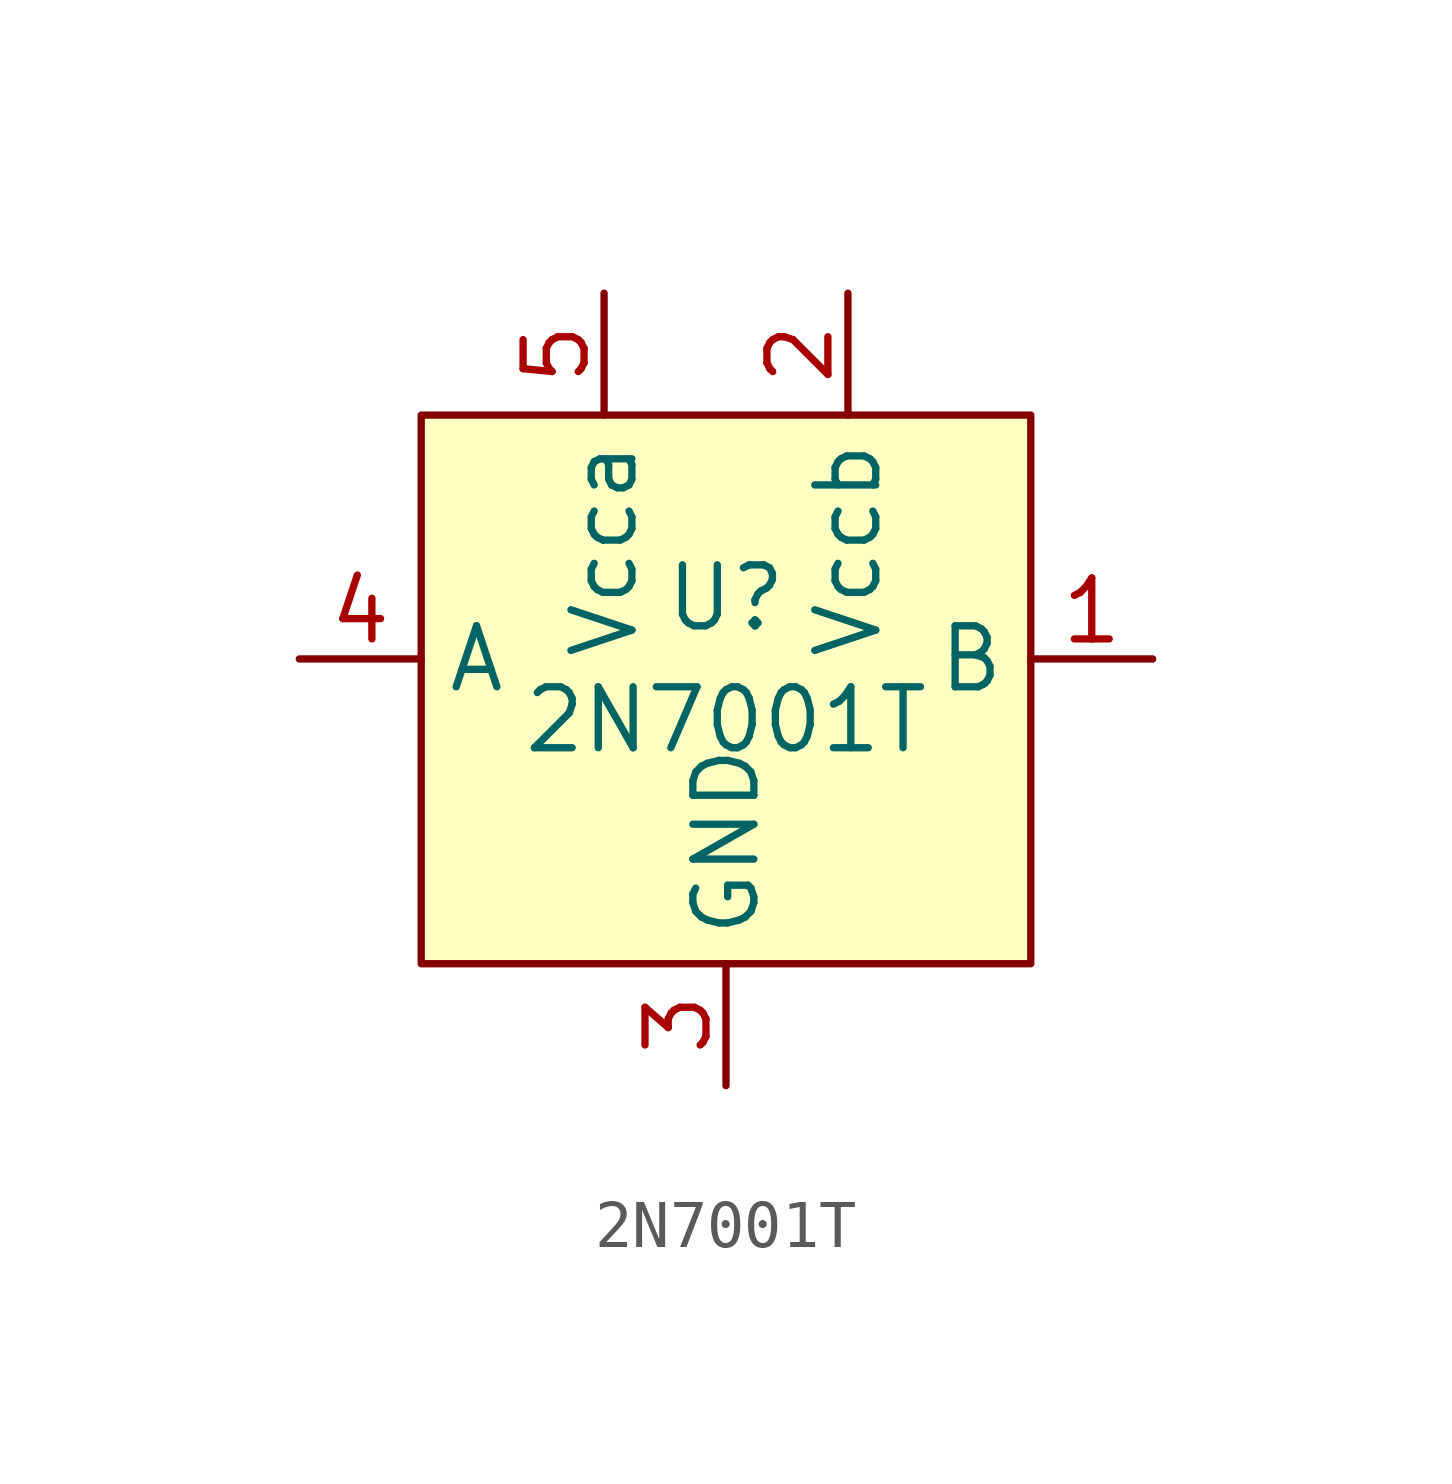
<source format=kicad_sym>
(kicad_symbol_lib
  (version 20211014)
  (generator kicad_symbol_editor)
  (symbol "2N7001T"
    (property "Reference" "U"
      (at 0 1.27 0)
      (effects (font (size 1.27 1.27))))
    (property "Value" "2N7001T"
      (at 0 -1.27 0)
      (effects (font (size 1.27 1.27))))
    (symbol "2N7001T_0_1"
      (rectangle (start -6.35 5.08) (end 6.35 -6.35) (stroke (width 0) (type default) (color 0 0 0 0)) (fill (type background))))
    (symbol "2N7001T_1_1"
      (pin bidirectional line (at 8.89 0 180) (length 2.54) (name "B" (effects (font (size 1.27 1.27)))) (number "1" (effects (font (size 1.27 1.27)))))
      (pin power_in line (at 2.54 7.62 270) (length 2.54) (name "Vccb" (effects (font (size 1.27 1.27)))) (number "2" (effects (font (size 1.27 1.27)))))
      (pin passive line (at 0 -8.89 90) (length 2.54) (name "GND" (effects (font (size 1.27 1.27)))) (number "3" (effects (font (size 1.27 1.27)))))
      (pin bidirectional line (at -8.89 0 0) (length 2.54) (name "A" (effects (font (size 1.27 1.27)))) (number "4" (effects (font (size 1.27 1.27)))))
      (pin power_in line (at -2.54 7.62 270) (length 2.54) (name "Vcca" (effects (font (size 1.27 1.27)))) (number "5" (effects (font (size 1.27 1.27))))))))
</source>
